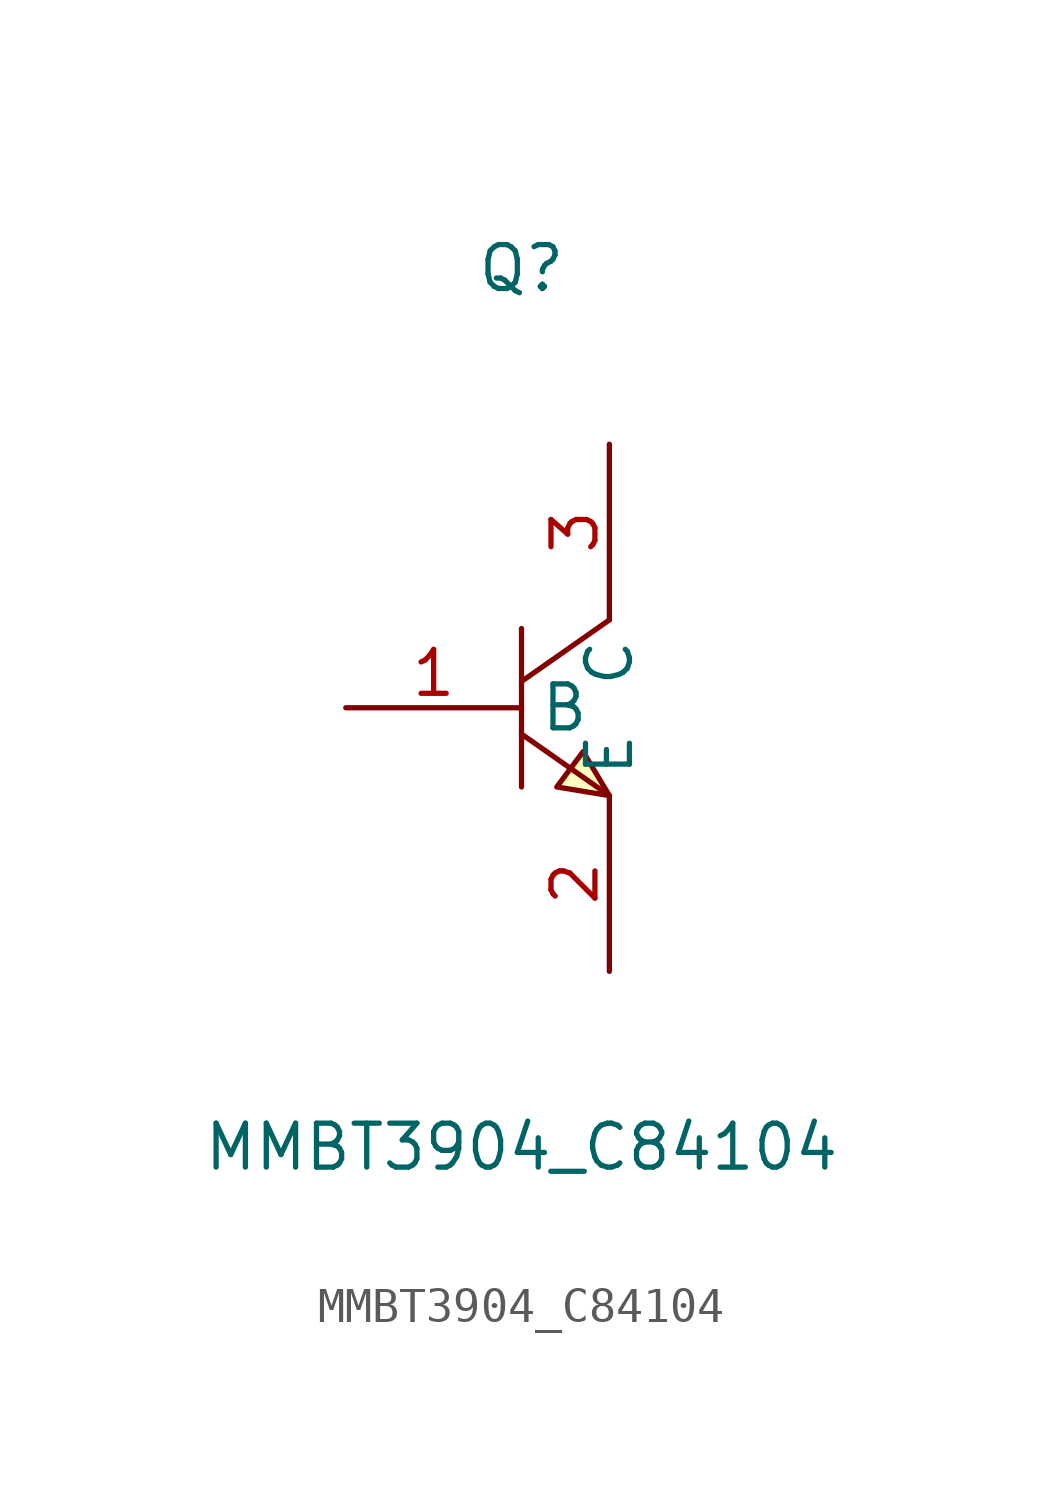
<source format=kicad_sym>
(kicad_symbol_lib
  (version 1)
  (generator "faebryk")
  (symbol "MMBT3904_C84104"
    (property "Reference" "Q"
      (at 0 12.7 0)
      (effects (font (size 1.27 1.27)) (hide no)))
    (property "Value" "MMBT3904_C84104"
      (at 0 -12.7 0)
      (effects (font (size 1.27 1.27)) (hide no)))
    (symbol "MMBT3904_C84104_0_1"
      (polyline (stroke (width 0) (type default) (color 0 0 0 0)) (fill (type none)) (pts (xy 2.54 2.54) (xy 0 0.76)))
      (polyline (stroke (width 0) (type default) (color 0 0 0 0)) (fill (type none)) (pts (xy 0 -0.76) (xy 2.54 -2.54)))
      (polyline (stroke (width 0) (type default) (color 0 0 0 0)) (fill (type none)) (pts (xy 0 2.29) (xy 0 -2.29)))
      (polyline (stroke (width 0) (type default) (color 0 0 0 0)) (fill (type background)) (pts (xy 2.54 -2.54) (xy 1.78 -1.27) (xy 1.02 -2.29) (xy 2.54 -2.54)))
      (pin unspecified line (at 2.54 7.62 270) (length 5.08) (name "C" (effects (font (size 1.27 1.27)) (hide no))) (number "3" (effects (font (size 1.27 1.27)) (hide no))))
      (pin unspecified line (at -5.08 0 0) (length 5.08) (name "B" (effects (font (size 1.27 1.27)) (hide no))) (number "1" (effects (font (size 1.27 1.27)) (hide no))))
      (pin unspecified line (at 2.54 -7.62 90) (length 5.08) (name "E" (effects (font (size 1.27 1.27)) (hide no))) (number "2" (effects (font (size 1.27 1.27)) (hide no)))))))
</source>
